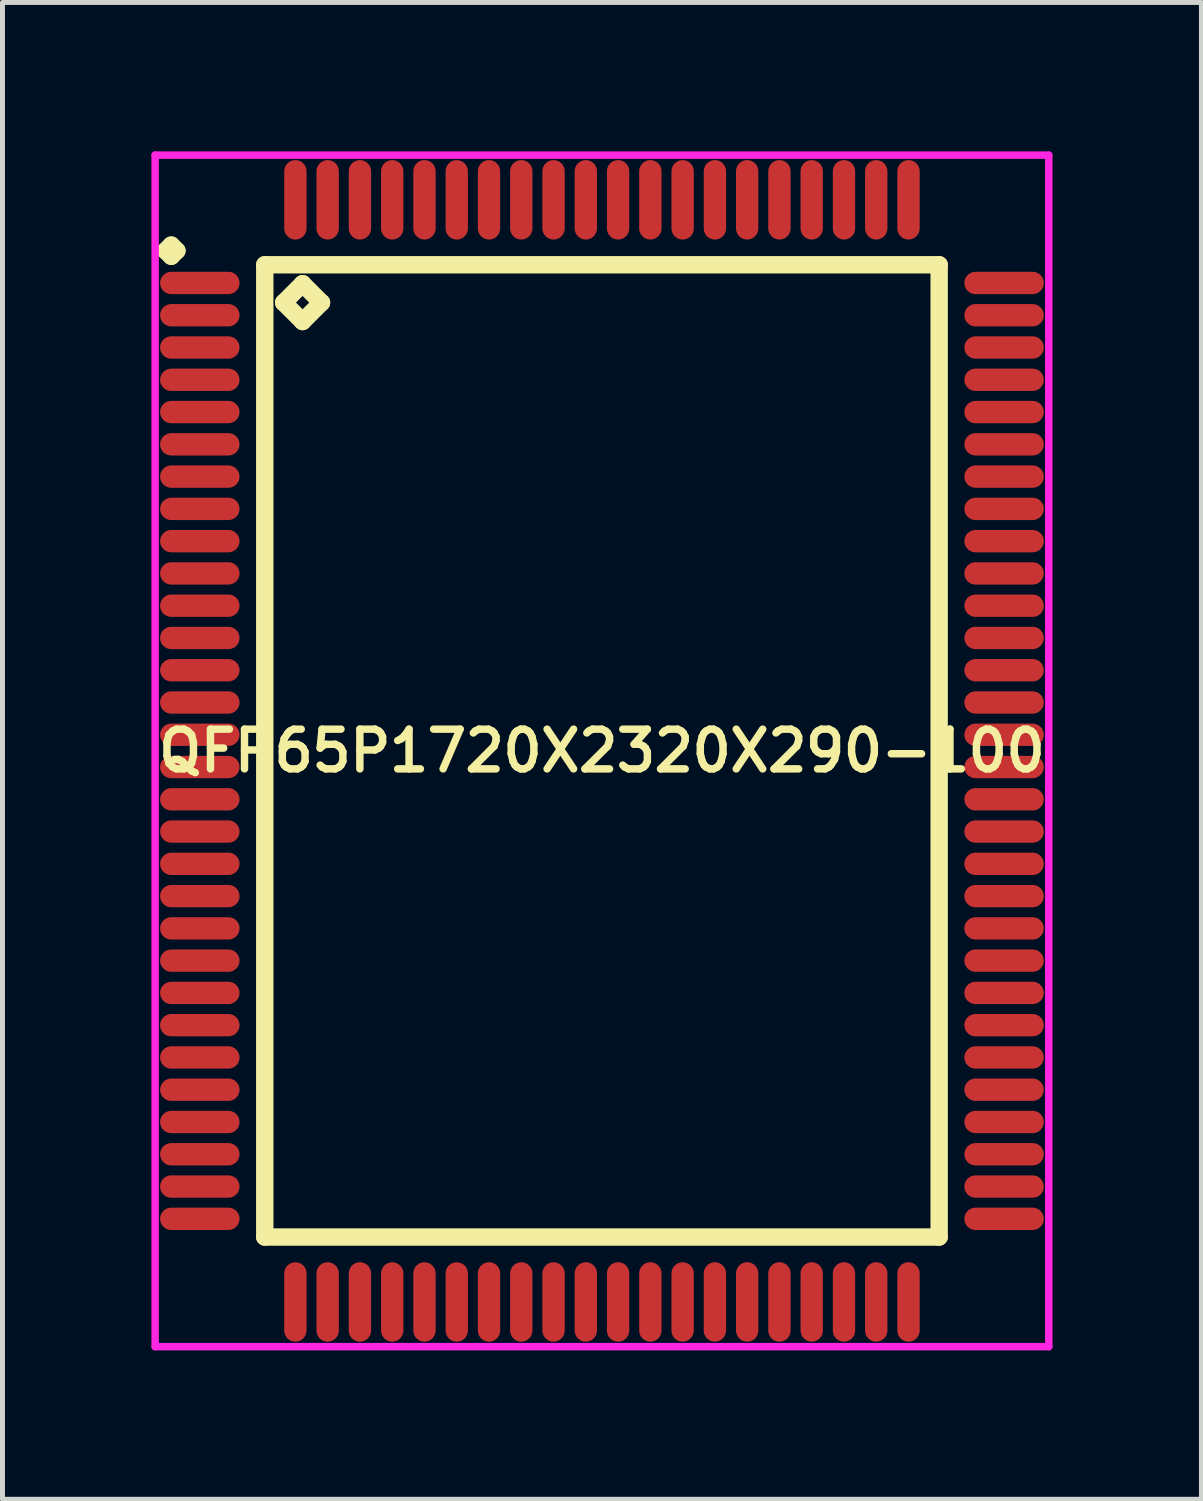
<source format=kicad_pcb>
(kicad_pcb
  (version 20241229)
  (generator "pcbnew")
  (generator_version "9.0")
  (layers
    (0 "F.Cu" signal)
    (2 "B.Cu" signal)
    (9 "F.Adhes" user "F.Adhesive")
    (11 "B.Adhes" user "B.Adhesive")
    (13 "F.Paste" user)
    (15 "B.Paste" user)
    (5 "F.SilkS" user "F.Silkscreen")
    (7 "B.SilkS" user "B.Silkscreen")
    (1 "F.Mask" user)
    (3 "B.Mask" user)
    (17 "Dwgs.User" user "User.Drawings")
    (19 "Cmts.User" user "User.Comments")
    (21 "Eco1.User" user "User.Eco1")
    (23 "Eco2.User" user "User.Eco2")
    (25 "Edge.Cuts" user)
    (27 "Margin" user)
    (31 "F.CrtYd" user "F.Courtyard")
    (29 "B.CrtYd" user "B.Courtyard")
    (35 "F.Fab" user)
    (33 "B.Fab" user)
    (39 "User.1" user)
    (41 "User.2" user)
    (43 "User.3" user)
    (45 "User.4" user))
  (footprint "QFP65P1720X2320X290-100"
    (layer "F.Cu")
    (at 9.075 12.075)
    (property "Reference" "QFP65P1720X2320X290-100" (at 0 0 0) (layer "F.SilkS") (effects (font (size 0.8 0.8) (thickness 0.15))))
    (attr smd)
    (fp_line (start -8.787 -10.075) (end -8.675 -10.188) (stroke (width 0.35) (type solid)) (layer "F.SilkS"))
    (fp_line (start -8.675 -10.188) (end -8.562 -10.075) (stroke (width 0.35) (type solid)) (layer "F.SilkS"))
    (fp_line (start -8.675 -9.963) (end -8.787 -10.075) (stroke (width 0.35) (type solid)) (layer "F.SilkS"))
    (fp_line (start -8.562 -10.075) (end -8.675 -9.963) (stroke (width 0.35) (type solid)) (layer "F.SilkS"))
    (fp_line (start -6.792 -9.792) (end -6.792 9.792) (stroke (width 0.35) (type solid)) (layer "F.SilkS"))
    (fp_line (start -6.792 9.792) (end 6.792 9.792) (stroke (width 0.35) (type solid)) (layer "F.SilkS"))
    (fp_line (start -6.411 -9.03) (end -6.03 -9.411) (stroke (width 0.35) (type solid)) (layer "F.SilkS"))
    (fp_line (start -6.03 -9.411) (end -5.649 -9.03) (stroke (width 0.35) (type solid)) (layer "F.SilkS"))
    (fp_line (start -6.03 -8.649) (end -6.411 -9.03) (stroke (width 0.35) (type solid)) (layer "F.SilkS"))
    (fp_line (start -5.649 -9.03) (end -6.03 -8.649) (stroke (width 0.35) (type solid)) (layer "F.SilkS"))
    (fp_line (start 6.792 -9.792) (end -6.792 -9.792) (stroke (width 0.35) (type solid)) (layer "F.SilkS"))
    (fp_line (start 6.792 9.792) (end 6.792 -9.792) (stroke (width 0.35) (type solid)) (layer "F.SilkS"))
    (fp_line (start -9 -12) (end 9 -12) (stroke (width 0.15) (type solid)) (layer "F.CrtYd"))
    (fp_line (start -9 12) (end -9 -12) (stroke (width 0.15) (type solid)) (layer "F.CrtYd"))
    (fp_line (start 9 -12) (end 9 12) (stroke (width 0.15) (type solid)) (layer "F.CrtYd"))
    (fp_line (start 9 12) (end -9 12) (stroke (width 0.15) (type solid)) (layer "F.CrtYd"))
    (pad "1" smd oval (at -8.1 -9.425) (size 1.6 0.45) (layers "F.Cu" "F.Mask" "F.Paste"))
    (pad "2" smd oval (at -8.1 -8.775) (size 1.6 0.45) (layers "F.Cu" "F.Mask" "F.Paste"))
    (pad "3" smd oval (at -8.1 -8.125) (size 1.6 0.45) (layers "F.Cu" "F.Mask" "F.Paste"))
    (pad "4" smd oval (at -8.1 -7.475) (size 1.6 0.45) (layers "F.Cu" "F.Mask" "F.Paste"))
    (pad "5" smd oval (at -8.1 -6.825) (size 1.6 0.45) (layers "F.Cu" "F.Mask" "F.Paste"))
    (pad "6" smd oval (at -8.1 -6.175) (size 1.6 0.45) (layers "F.Cu" "F.Mask" "F.Paste"))
    (pad "7" smd oval (at -8.1 -5.525) (size 1.6 0.45) (layers "F.Cu" "F.Mask" "F.Paste"))
    (pad "8" smd oval (at -8.1 -4.875) (size 1.6 0.45) (layers "F.Cu" "F.Mask" "F.Paste"))
    (pad "9" smd oval (at -8.1 -4.225) (size 1.6 0.45) (layers "F.Cu" "F.Mask" "F.Paste"))
    (pad "10" smd oval (at -8.1 -3.575) (size 1.6 0.45) (layers "F.Cu" "F.Mask" "F.Paste"))
    (pad "11" smd oval (at -8.1 -2.925) (size 1.6 0.45) (layers "F.Cu" "F.Mask" "F.Paste"))
    (pad "12" smd oval (at -8.1 -2.275) (size 1.6 0.45) (layers "F.Cu" "F.Mask" "F.Paste"))
    (pad "13" smd oval (at -8.1 -1.625) (size 1.6 0.45) (layers "F.Cu" "F.Mask" "F.Paste"))
    (pad "14" smd oval (at -8.1 -0.975) (size 1.6 0.45) (layers "F.Cu" "F.Mask" "F.Paste"))
    (pad "15" smd oval (at -8.1 -0.325) (size 1.6 0.45) (layers "F.Cu" "F.Mask" "F.Paste"))
    (pad "16" smd oval (at -8.1 0.325) (size 1.6 0.45) (layers "F.Cu" "F.Mask" "F.Paste"))
    (pad "17" smd oval (at -8.1 0.975) (size 1.6 0.45) (layers "F.Cu" "F.Mask" "F.Paste"))
    (pad "18" smd oval (at -8.1 1.625) (size 1.6 0.45) (layers "F.Cu" "F.Mask" "F.Paste"))
    (pad "19" smd oval (at -8.1 2.275) (size 1.6 0.45) (layers "F.Cu" "F.Mask" "F.Paste"))
    (pad "20" smd oval (at -8.1 2.925) (size 1.6 0.45) (layers "F.Cu" "F.Mask" "F.Paste"))
    (pad "21" smd oval (at -8.1 3.575) (size 1.6 0.45) (layers "F.Cu" "F.Mask" "F.Paste"))
    (pad "22" smd oval (at -8.1 4.225) (size 1.6 0.45) (layers "F.Cu" "F.Mask" "F.Paste"))
    (pad "23" smd oval (at -8.1 4.875) (size 1.6 0.45) (layers "F.Cu" "F.Mask" "F.Paste"))
    (pad "24" smd oval (at -8.1 5.525) (size 1.6 0.45) (layers "F.Cu" "F.Mask" "F.Paste"))
    (pad "25" smd oval (at -8.1 6.175) (size 1.6 0.45) (layers "F.Cu" "F.Mask" "F.Paste"))
    (pad "26" smd oval (at -8.1 6.825) (size 1.6 0.45) (layers "F.Cu" "F.Mask" "F.Paste"))
    (pad "27" smd oval (at -8.1 7.475) (size 1.6 0.45) (layers "F.Cu" "F.Mask" "F.Paste"))
    (pad "28" smd oval (at -8.1 8.125) (size 1.6 0.45) (layers "F.Cu" "F.Mask" "F.Paste"))
    (pad "29" smd oval (at -8.1 8.775) (size 1.6 0.45) (layers "F.Cu" "F.Mask" "F.Paste"))
    (pad "30" smd oval (at -8.1 9.425) (size 1.6 0.45) (layers "F.Cu" "F.Mask" "F.Paste"))
    (pad "31" smd oval (at -6.175 11.1) (size 0.45 1.6) (layers "F.Cu" "F.Mask" "F.Paste"))
    (pad "32" smd oval (at -5.525 11.1) (size 0.45 1.6) (layers "F.Cu" "F.Mask" "F.Paste"))
    (pad "33" smd oval (at -4.875 11.1) (size 0.45 1.6) (layers "F.Cu" "F.Mask" "F.Paste"))
    (pad "34" smd oval (at -4.225 11.1) (size 0.45 1.6) (layers "F.Cu" "F.Mask" "F.Paste"))
    (pad "35" smd oval (at -3.575 11.1) (size 0.45 1.6) (layers "F.Cu" "F.Mask" "F.Paste"))
    (pad "36" smd oval (at -2.925 11.1) (size 0.45 1.6) (layers "F.Cu" "F.Mask" "F.Paste"))
    (pad "37" smd oval (at -2.275 11.1) (size 0.45 1.6) (layers "F.Cu" "F.Mask" "F.Paste"))
    (pad "38" smd oval (at -1.625 11.1) (size 0.45 1.6) (layers "F.Cu" "F.Mask" "F.Paste"))
    (pad "39" smd oval (at -0.975 11.1) (size 0.45 1.6) (layers "F.Cu" "F.Mask" "F.Paste"))
    (pad "40" smd oval (at -0.325 11.1) (size 0.45 1.6) (layers "F.Cu" "F.Mask" "F.Paste"))
    (pad "41" smd oval (at 0.325 11.1) (size 0.45 1.6) (layers "F.Cu" "F.Mask" "F.Paste"))
    (pad "42" smd oval (at 0.975 11.1) (size 0.45 1.6) (layers "F.Cu" "F.Mask" "F.Paste"))
    (pad "43" smd oval (at 1.625 11.1) (size 0.45 1.6) (layers "F.Cu" "F.Mask" "F.Paste"))
    (pad "44" smd oval (at 2.275 11.1) (size 0.45 1.6) (layers "F.Cu" "F.Mask" "F.Paste"))
    (pad "45" smd oval (at 2.925 11.1) (size 0.45 1.6) (layers "F.Cu" "F.Mask" "F.Paste"))
    (pad "46" smd oval (at 3.575 11.1) (size 0.45 1.6) (layers "F.Cu" "F.Mask" "F.Paste"))
    (pad "47" smd oval (at 4.225 11.1) (size 0.45 1.6) (layers "F.Cu" "F.Mask" "F.Paste"))
    (pad "48" smd oval (at 4.875 11.1) (size 0.45 1.6) (layers "F.Cu" "F.Mask" "F.Paste"))
    (pad "49" smd oval (at 5.525 11.1) (size 0.45 1.6) (layers "F.Cu" "F.Mask" "F.Paste"))
    (pad "50" smd oval (at 6.175 11.1) (size 0.45 1.6) (layers "F.Cu" "F.Mask" "F.Paste"))
    (pad "51" smd oval (at 8.1 9.425) (size 1.6 0.45) (layers "F.Cu" "F.Mask" "F.Paste"))
    (pad "52" smd oval (at 8.1 8.775) (size 1.6 0.45) (layers "F.Cu" "F.Mask" "F.Paste"))
    (pad "53" smd oval (at 8.1 8.125) (size 1.6 0.45) (layers "F.Cu" "F.Mask" "F.Paste"))
    (pad "54" smd oval (at 8.1 7.475) (size 1.6 0.45) (layers "F.Cu" "F.Mask" "F.Paste"))
    (pad "55" smd oval (at 8.1 6.825) (size 1.6 0.45) (layers "F.Cu" "F.Mask" "F.Paste"))
    (pad "56" smd oval (at 8.1 6.175) (size 1.6 0.45) (layers "F.Cu" "F.Mask" "F.Paste"))
    (pad "57" smd oval (at 8.1 5.525) (size 1.6 0.45) (layers "F.Cu" "F.Mask" "F.Paste"))
    (pad "58" smd oval (at 8.1 4.875) (size 1.6 0.45) (layers "F.Cu" "F.Mask" "F.Paste"))
    (pad "59" smd oval (at 8.1 4.225) (size 1.6 0.45) (layers "F.Cu" "F.Mask" "F.Paste"))
    (pad "60" smd oval (at 8.1 3.575) (size 1.6 0.45) (layers "F.Cu" "F.Mask" "F.Paste"))
    (pad "61" smd oval (at 8.1 2.925) (size 1.6 0.45) (layers "F.Cu" "F.Mask" "F.Paste"))
    (pad "62" smd oval (at 8.1 2.275) (size 1.6 0.45) (layers "F.Cu" "F.Mask" "F.Paste"))
    (pad "63" smd oval (at 8.1 1.625) (size 1.6 0.45) (layers "F.Cu" "F.Mask" "F.Paste"))
    (pad "64" smd oval (at 8.1 0.975) (size 1.6 0.45) (layers "F.Cu" "F.Mask" "F.Paste"))
    (pad "65" smd oval (at 8.1 0.325) (size 1.6 0.45) (layers "F.Cu" "F.Mask" "F.Paste"))
    (pad "66" smd oval (at 8.1 -0.325) (size 1.6 0.45) (layers "F.Cu" "F.Mask" "F.Paste"))
    (pad "67" smd oval (at 8.1 -0.975) (size 1.6 0.45) (layers "F.Cu" "F.Mask" "F.Paste"))
    (pad "68" smd oval (at 8.1 -1.625) (size 1.6 0.45) (layers "F.Cu" "F.Mask" "F.Paste"))
    (pad "69" smd oval (at 8.1 -2.275) (size 1.6 0.45) (layers "F.Cu" "F.Mask" "F.Paste"))
    (pad "70" smd oval (at 8.1 -2.925) (size 1.6 0.45) (layers "F.Cu" "F.Mask" "F.Paste"))
    (pad "71" smd oval (at 8.1 -3.575) (size 1.6 0.45) (layers "F.Cu" "F.Mask" "F.Paste"))
    (pad "72" smd oval (at 8.1 -4.225) (size 1.6 0.45) (layers "F.Cu" "F.Mask" "F.Paste"))
    (pad "73" smd oval (at 8.1 -4.875) (size 1.6 0.45) (layers "F.Cu" "F.Mask" "F.Paste"))
    (pad "74" smd oval (at 8.1 -5.525) (size 1.6 0.45) (layers "F.Cu" "F.Mask" "F.Paste"))
    (pad "75" smd oval (at 8.1 -6.175) (size 1.6 0.45) (layers "F.Cu" "F.Mask" "F.Paste"))
    (pad "76" smd oval (at 8.1 -6.825) (size 1.6 0.45) (layers "F.Cu" "F.Mask" "F.Paste"))
    (pad "77" smd oval (at 8.1 -7.475) (size 1.6 0.45) (layers "F.Cu" "F.Mask" "F.Paste"))
    (pad "78" smd oval (at 8.1 -8.125) (size 1.6 0.45) (layers "F.Cu" "F.Mask" "F.Paste"))
    (pad "79" smd oval (at 8.1 -8.775) (size 1.6 0.45) (layers "F.Cu" "F.Mask" "F.Paste"))
    (pad "80" smd oval (at 8.1 -9.425) (size 1.6 0.45) (layers "F.Cu" "F.Mask" "F.Paste"))
    (pad "81" smd oval (at 6.175 -11.1) (size 0.45 1.6) (layers "F.Cu" "F.Mask" "F.Paste"))
    (pad "82" smd oval (at 5.525 -11.1) (size 0.45 1.6) (layers "F.Cu" "F.Mask" "F.Paste"))
    (pad "83" smd oval (at 4.875 -11.1) (size 0.45 1.6) (layers "F.Cu" "F.Mask" "F.Paste"))
    (pad "84" smd oval (at 4.225 -11.1) (size 0.45 1.6) (layers "F.Cu" "F.Mask" "F.Paste"))
    (pad "85" smd oval (at 3.575 -11.1) (size 0.45 1.6) (layers "F.Cu" "F.Mask" "F.Paste"))
    (pad "86" smd oval (at 2.925 -11.1) (size 0.45 1.6) (layers "F.Cu" "F.Mask" "F.Paste"))
    (pad "87" smd oval (at 2.275 -11.1) (size 0.45 1.6) (layers "F.Cu" "F.Mask" "F.Paste"))
    (pad "88" smd oval (at 1.625 -11.1) (size 0.45 1.6) (layers "F.Cu" "F.Mask" "F.Paste"))
    (pad "89" smd oval (at 0.975 -11.1) (size 0.45 1.6) (layers "F.Cu" "F.Mask" "F.Paste"))
    (pad "90" smd oval (at 0.325 -11.1) (size 0.45 1.6) (layers "F.Cu" "F.Mask" "F.Paste"))
    (pad "91" smd oval (at -0.325 -11.1) (size 0.45 1.6) (layers "F.Cu" "F.Mask" "F.Paste"))
    (pad "92" smd oval (at -0.975 -11.1) (size 0.45 1.6) (layers "F.Cu" "F.Mask" "F.Paste"))
    (pad "93" smd oval (at -1.625 -11.1) (size 0.45 1.6) (layers "F.Cu" "F.Mask" "F.Paste"))
    (pad "94" smd oval (at -2.275 -11.1) (size 0.45 1.6) (layers "F.Cu" "F.Mask" "F.Paste"))
    (pad "95" smd oval (at -2.925 -11.1) (size 0.45 1.6) (layers "F.Cu" "F.Mask" "F.Paste"))
    (pad "96" smd oval (at -3.575 -11.1) (size 0.45 1.6) (layers "F.Cu" "F.Mask" "F.Paste"))
    (pad "97" smd oval (at -4.225 -11.1) (size 0.45 1.6) (layers "F.Cu" "F.Mask" "F.Paste"))
    (pad "98" smd oval (at -4.875 -11.1) (size 0.45 1.6) (layers "F.Cu" "F.Mask" "F.Paste"))
    (pad "99" smd oval (at -5.525 -11.1) (size 0.45 1.6) (layers "F.Cu" "F.Mask" "F.Paste"))
    (pad "100" smd oval (at -6.175 -11.1) (size 0.45 1.6) (layers "F.Cu" "F.Mask" "F.Paste")))
  (gr_rect
    (start -3 -3)
    (end 21.15 27.15)
    (stroke (width 0.1) (type default))
    (fill no)
    (layer "Edge.Cuts")))
</source>
